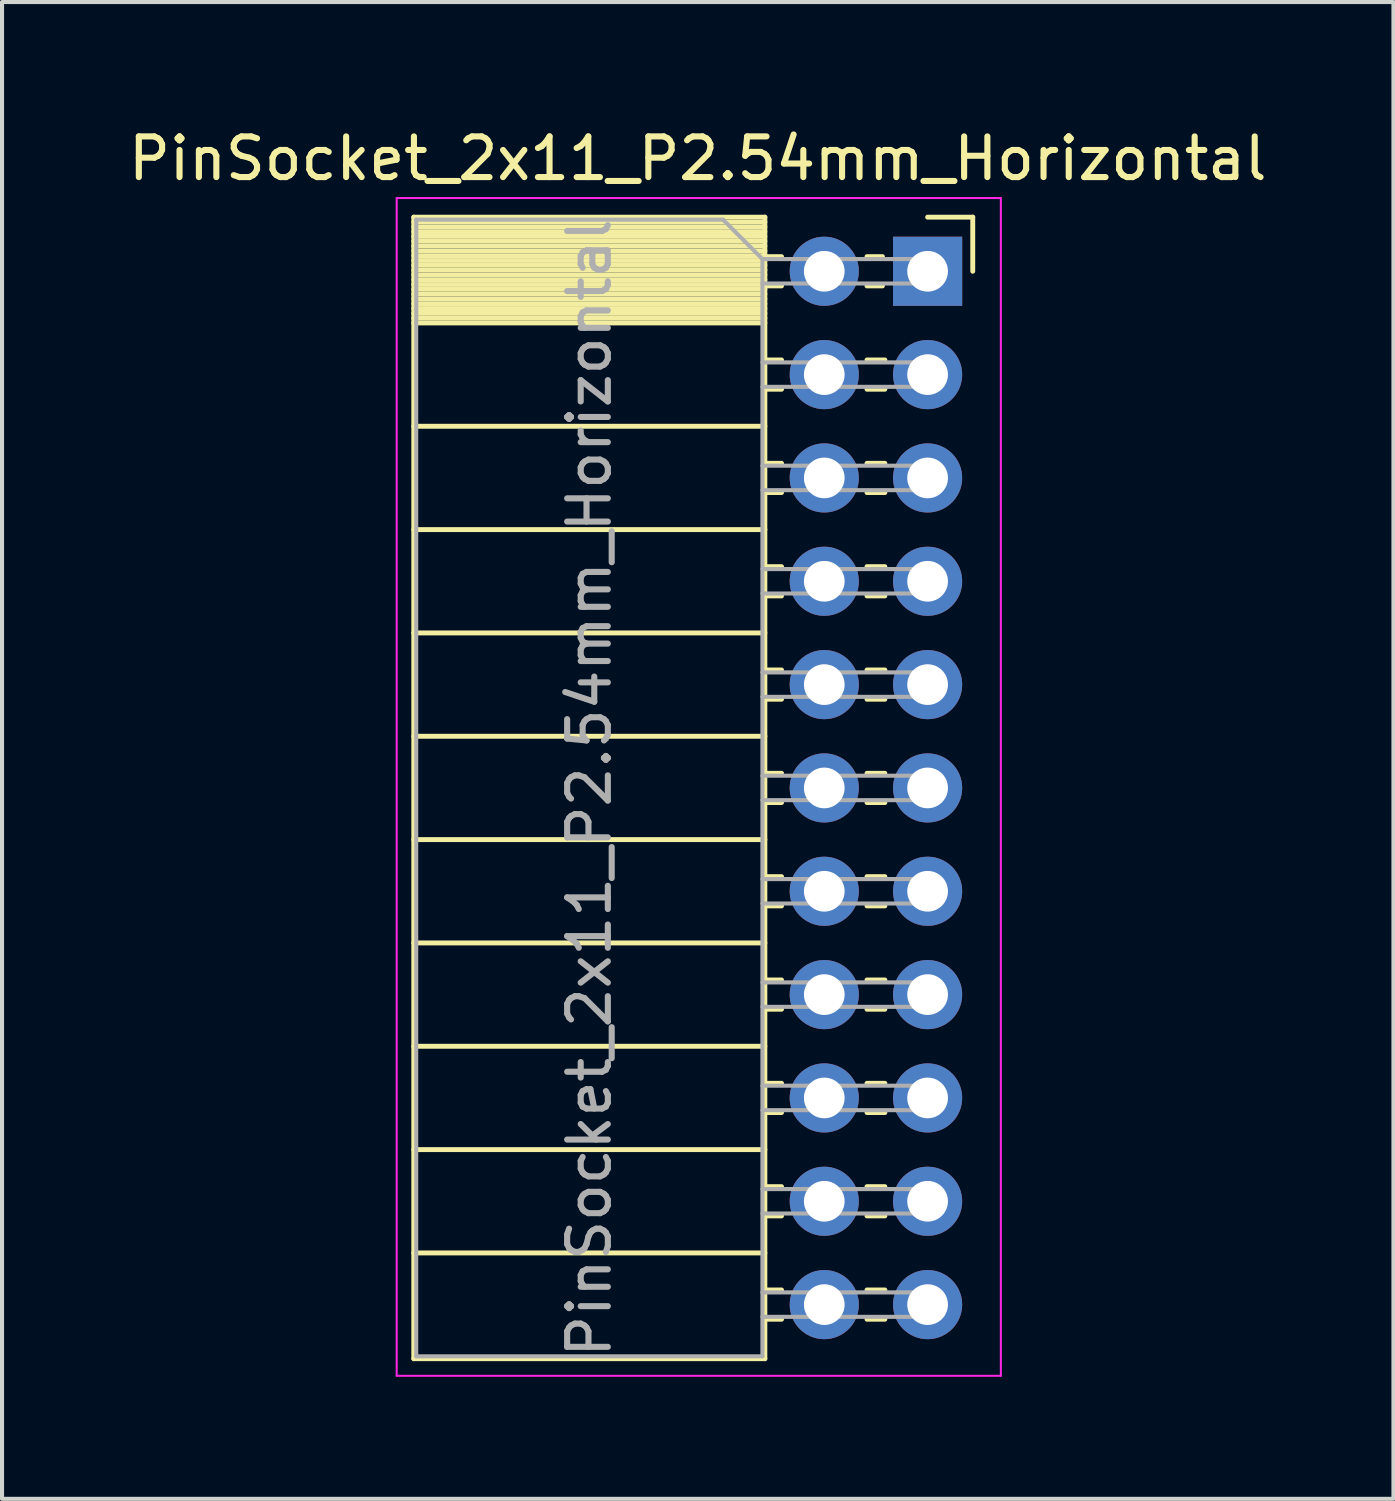
<source format=kicad_pcb>
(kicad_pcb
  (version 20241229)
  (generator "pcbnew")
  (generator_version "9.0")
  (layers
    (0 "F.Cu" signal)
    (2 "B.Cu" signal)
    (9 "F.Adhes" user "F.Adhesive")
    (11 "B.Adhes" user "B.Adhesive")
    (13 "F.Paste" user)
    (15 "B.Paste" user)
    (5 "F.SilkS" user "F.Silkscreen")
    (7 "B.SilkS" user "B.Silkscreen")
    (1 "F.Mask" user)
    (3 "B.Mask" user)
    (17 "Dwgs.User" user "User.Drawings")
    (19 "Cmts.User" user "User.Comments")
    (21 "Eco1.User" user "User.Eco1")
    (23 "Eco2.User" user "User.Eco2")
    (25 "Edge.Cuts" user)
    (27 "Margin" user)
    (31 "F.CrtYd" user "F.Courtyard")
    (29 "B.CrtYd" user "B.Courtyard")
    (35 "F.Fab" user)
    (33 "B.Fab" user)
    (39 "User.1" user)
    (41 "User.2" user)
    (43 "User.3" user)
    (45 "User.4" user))
  (footprint "PinSocket_2x11_P2.54mm_Horizontal"
    (layer "F.Cu")
    (at 19.751 3.618)
    (property "Reference" "PinSocket_2x11_P2.54mm_Horizontal" (at -5.65 -2.77 0) (layer "F.SilkS") (effects (font (size 1 1) (thickness 0.15))))
    (attr through_hole)
    (fp_line (start -12.63 -1.33) (end -12.63 26.73) (stroke (width 0.12) (type solid)) (layer "F.SilkS"))
    (fp_line (start -12.63 -1.33) (end -4 -1.33) (stroke (width 0.12) (type solid)) (layer "F.SilkS"))
    (fp_line (start -12.63 -1.21) (end -4 -1.21) (stroke (width 0.12) (type solid)) (layer "F.SilkS"))
    (fp_line (start -12.63 -1.092) (end -4 -1.092) (stroke (width 0.12) (type solid)) (layer "F.SilkS"))
    (fp_line (start -12.63 -0.974) (end -4 -0.974) (stroke (width 0.12) (type solid)) (layer "F.SilkS"))
    (fp_line (start -12.63 -0.856) (end -4 -0.856) (stroke (width 0.12) (type solid)) (layer "F.SilkS"))
    (fp_line (start -12.63 -0.738) (end -4 -0.738) (stroke (width 0.12) (type solid)) (layer "F.SilkS"))
    (fp_line (start -12.63 -0.62) (end -4 -0.62) (stroke (width 0.12) (type solid)) (layer "F.SilkS"))
    (fp_line (start -12.63 -0.501) (end -4 -0.501) (stroke (width 0.12) (type solid)) (layer "F.SilkS"))
    (fp_line (start -12.63 -0.383) (end -4 -0.383) (stroke (width 0.12) (type solid)) (layer "F.SilkS"))
    (fp_line (start -12.63 -0.265) (end -4 -0.265) (stroke (width 0.12) (type solid)) (layer "F.SilkS"))
    (fp_line (start -12.63 -0.147) (end -4 -0.147) (stroke (width 0.12) (type solid)) (layer "F.SilkS"))
    (fp_line (start -12.63 -0.029) (end -4 -0.029) (stroke (width 0.12) (type solid)) (layer "F.SilkS"))
    (fp_line (start -12.63 0.089) (end -4 0.089) (stroke (width 0.12) (type solid)) (layer "F.SilkS"))
    (fp_line (start -12.63 0.207) (end -4 0.207) (stroke (width 0.12) (type solid)) (layer "F.SilkS"))
    (fp_line (start -12.63 0.325) (end -4 0.325) (stroke (width 0.12) (type solid)) (layer "F.SilkS"))
    (fp_line (start -12.63 0.443) (end -4 0.443) (stroke (width 0.12) (type solid)) (layer "F.SilkS"))
    (fp_line (start -12.63 0.561) (end -4 0.561) (stroke (width 0.12) (type solid)) (layer "F.SilkS"))
    (fp_line (start -12.63 0.68) (end -4 0.68) (stroke (width 0.12) (type solid)) (layer "F.SilkS"))
    (fp_line (start -12.63 0.798) (end -4 0.798) (stroke (width 0.12) (type solid)) (layer "F.SilkS"))
    (fp_line (start -12.63 0.916) (end -4 0.916) (stroke (width 0.12) (type solid)) (layer "F.SilkS"))
    (fp_line (start -12.63 1.034) (end -4 1.034) (stroke (width 0.12) (type solid)) (layer "F.SilkS"))
    (fp_line (start -12.63 1.152) (end -4 1.152) (stroke (width 0.12) (type solid)) (layer "F.SilkS"))
    (fp_line (start -12.63 1.27) (end -4 1.27) (stroke (width 0.12) (type solid)) (layer "F.SilkS"))
    (fp_line (start -12.63 3.81) (end -4 3.81) (stroke (width 0.12) (type solid)) (layer "F.SilkS"))
    (fp_line (start -12.63 6.35) (end -4 6.35) (stroke (width 0.12) (type solid)) (layer "F.SilkS"))
    (fp_line (start -12.63 8.89) (end -4 8.89) (stroke (width 0.12) (type solid)) (layer "F.SilkS"))
    (fp_line (start -12.63 11.43) (end -4 11.43) (stroke (width 0.12) (type solid)) (layer "F.SilkS"))
    (fp_line (start -12.63 13.97) (end -4 13.97) (stroke (width 0.12) (type solid)) (layer "F.SilkS"))
    (fp_line (start -12.63 16.51) (end -4 16.51) (stroke (width 0.12) (type solid)) (layer "F.SilkS"))
    (fp_line (start -12.63 19.05) (end -4 19.05) (stroke (width 0.12) (type solid)) (layer "F.SilkS"))
    (fp_line (start -12.63 21.59) (end -4 21.59) (stroke (width 0.12) (type solid)) (layer "F.SilkS"))
    (fp_line (start -12.63 24.13) (end -4 24.13) (stroke (width 0.12) (type solid)) (layer "F.SilkS"))
    (fp_line (start -12.63 26.73) (end -4 26.73) (stroke (width 0.12) (type solid)) (layer "F.SilkS"))
    (fp_line (start -4 -1.33) (end -4 26.73) (stroke (width 0.12) (type solid)) (layer "F.SilkS"))
    (fp_line (start -4 -0.36) (end -3.59 -0.36) (stroke (width 0.12) (type solid)) (layer "F.SilkS"))
    (fp_line (start -4 0.36) (end -3.59 0.36) (stroke (width 0.12) (type solid)) (layer "F.SilkS"))
    (fp_line (start -4 2.18) (end -3.59 2.18) (stroke (width 0.12) (type solid)) (layer "F.SilkS"))
    (fp_line (start -4 2.9) (end -3.59 2.9) (stroke (width 0.12) (type solid)) (layer "F.SilkS"))
    (fp_line (start -4 4.72) (end -3.59 4.72) (stroke (width 0.12) (type solid)) (layer "F.SilkS"))
    (fp_line (start -4 5.44) (end -3.59 5.44) (stroke (width 0.12) (type solid)) (layer "F.SilkS"))
    (fp_line (start -4 7.26) (end -3.59 7.26) (stroke (width 0.12) (type solid)) (layer "F.SilkS"))
    (fp_line (start -4 7.98) (end -3.59 7.98) (stroke (width 0.12) (type solid)) (layer "F.SilkS"))
    (fp_line (start -4 9.8) (end -3.59 9.8) (stroke (width 0.12) (type solid)) (layer "F.SilkS"))
    (fp_line (start -4 10.52) (end -3.59 10.52) (stroke (width 0.12) (type solid)) (layer "F.SilkS"))
    (fp_line (start -4 12.34) (end -3.59 12.34) (stroke (width 0.12) (type solid)) (layer "F.SilkS"))
    (fp_line (start -4 13.06) (end -3.59 13.06) (stroke (width 0.12) (type solid)) (layer "F.SilkS"))
    (fp_line (start -4 14.88) (end -3.59 14.88) (stroke (width 0.12) (type solid)) (layer "F.SilkS"))
    (fp_line (start -4 15.6) (end -3.59 15.6) (stroke (width 0.12) (type solid)) (layer "F.SilkS"))
    (fp_line (start -4 17.42) (end -3.59 17.42) (stroke (width 0.12) (type solid)) (layer "F.SilkS"))
    (fp_line (start -4 18.14) (end -3.59 18.14) (stroke (width 0.12) (type solid)) (layer "F.SilkS"))
    (fp_line (start -4 19.96) (end -3.59 19.96) (stroke (width 0.12) (type solid)) (layer "F.SilkS"))
    (fp_line (start -4 20.68) (end -3.59 20.68) (stroke (width 0.12) (type solid)) (layer "F.SilkS"))
    (fp_line (start -4 22.5) (end -3.59 22.5) (stroke (width 0.12) (type solid)) (layer "F.SilkS"))
    (fp_line (start -4 23.22) (end -3.59 23.22) (stroke (width 0.12) (type solid)) (layer "F.SilkS"))
    (fp_line (start -4 25.04) (end -3.59 25.04) (stroke (width 0.12) (type solid)) (layer "F.SilkS"))
    (fp_line (start -4 25.76) (end -3.59 25.76) (stroke (width 0.12) (type solid)) (layer "F.SilkS"))
    (fp_line (start -1.49 -0.36) (end -1.11 -0.36) (stroke (width 0.12) (type solid)) (layer "F.SilkS"))
    (fp_line (start -1.49 0.36) (end -1.11 0.36) (stroke (width 0.12) (type solid)) (layer "F.SilkS"))
    (fp_line (start -1.49 2.18) (end -1.05 2.18) (stroke (width 0.12) (type solid)) (layer "F.SilkS"))
    (fp_line (start -1.49 2.9) (end -1.05 2.9) (stroke (width 0.12) (type solid)) (layer "F.SilkS"))
    (fp_line (start -1.49 4.72) (end -1.05 4.72) (stroke (width 0.12) (type solid)) (layer "F.SilkS"))
    (fp_line (start -1.49 5.44) (end -1.05 5.44) (stroke (width 0.12) (type solid)) (layer "F.SilkS"))
    (fp_line (start -1.49 7.26) (end -1.05 7.26) (stroke (width 0.12) (type solid)) (layer "F.SilkS"))
    (fp_line (start -1.49 7.98) (end -1.05 7.98) (stroke (width 0.12) (type solid)) (layer "F.SilkS"))
    (fp_line (start -1.49 9.8) (end -1.05 9.8) (stroke (width 0.12) (type solid)) (layer "F.SilkS"))
    (fp_line (start -1.49 10.52) (end -1.05 10.52) (stroke (width 0.12) (type solid)) (layer "F.SilkS"))
    (fp_line (start -1.49 12.34) (end -1.05 12.34) (stroke (width 0.12) (type solid)) (layer "F.SilkS"))
    (fp_line (start -1.49 13.06) (end -1.05 13.06) (stroke (width 0.12) (type solid)) (layer "F.SilkS"))
    (fp_line (start -1.49 14.88) (end -1.05 14.88) (stroke (width 0.12) (type solid)) (layer "F.SilkS"))
    (fp_line (start -1.49 15.6) (end -1.05 15.6) (stroke (width 0.12) (type solid)) (layer "F.SilkS"))
    (fp_line (start -1.49 17.42) (end -1.05 17.42) (stroke (width 0.12) (type solid)) (layer "F.SilkS"))
    (fp_line (start -1.49 18.14) (end -1.05 18.14) (stroke (width 0.12) (type solid)) (layer "F.SilkS"))
    (fp_line (start -1.49 19.96) (end -1.05 19.96) (stroke (width 0.12) (type solid)) (layer "F.SilkS"))
    (fp_line (start -1.49 20.68) (end -1.05 20.68) (stroke (width 0.12) (type solid)) (layer "F.SilkS"))
    (fp_line (start -1.49 22.5) (end -1.05 22.5) (stroke (width 0.12) (type solid)) (layer "F.SilkS"))
    (fp_line (start -1.49 23.22) (end -1.05 23.22) (stroke (width 0.12) (type solid)) (layer "F.SilkS"))
    (fp_line (start -1.49 25.04) (end -1.05 25.04) (stroke (width 0.12) (type solid)) (layer "F.SilkS"))
    (fp_line (start -1.49 25.76) (end -1.05 25.76) (stroke (width 0.12) (type solid)) (layer "F.SilkS"))
    (fp_line (start 0 -1.33) (end 1.11 -1.33) (stroke (width 0.12) (type solid)) (layer "F.SilkS"))
    (fp_line (start 1.11 -1.33) (end 1.11 0) (stroke (width 0.12) (type solid)) (layer "F.SilkS"))
    (fp_line (start -13.05 -1.8) (end -13.05 27.15) (stroke (width 0.05) (type solid)) (layer "F.CrtYd"))
    (fp_line (start -13.05 27.15) (end 1.8 27.15) (stroke (width 0.05) (type solid)) (layer "F.CrtYd"))
    (fp_line (start 1.8 -1.8) (end -13.05 -1.8) (stroke (width 0.05) (type solid)) (layer "F.CrtYd"))
    (fp_line (start 1.8 27.15) (end 1.8 -1.8) (stroke (width 0.05) (type solid)) (layer "F.CrtYd"))
    (fp_line (start -12.57 -1.27) (end -5.03 -1.27) (stroke (width 0.1) (type solid)) (layer "F.Fab"))
    (fp_line (start -12.57 26.67) (end -12.57 -1.27) (stroke (width 0.1) (type solid)) (layer "F.Fab"))
    (fp_line (start -5.03 -1.27) (end -4.06 -0.3) (stroke (width 0.1) (type solid)) (layer "F.Fab"))
    (fp_line (start -4.06 -0.3) (end -4.06 26.67) (stroke (width 0.1) (type solid)) (layer "F.Fab"))
    (fp_line (start -4.06 0.3) (end 0 0.3) (stroke (width 0.1) (type solid)) (layer "F.Fab"))
    (fp_line (start -4.06 2.84) (end 0 2.84) (stroke (width 0.1) (type solid)) (layer "F.Fab"))
    (fp_line (start -4.06 5.38) (end 0 5.38) (stroke (width 0.1) (type solid)) (layer "F.Fab"))
    (fp_line (start -4.06 7.92) (end 0 7.92) (stroke (width 0.1) (type solid)) (layer "F.Fab"))
    (fp_line (start -4.06 10.46) (end 0 10.46) (stroke (width 0.1) (type solid)) (layer "F.Fab"))
    (fp_line (start -4.06 13) (end 0 13) (stroke (width 0.1) (type solid)) (layer "F.Fab"))
    (fp_line (start -4.06 15.54) (end 0 15.54) (stroke (width 0.1) (type solid)) (layer "F.Fab"))
    (fp_line (start -4.06 18.08) (end 0 18.08) (stroke (width 0.1) (type solid)) (layer "F.Fab"))
    (fp_line (start -4.06 20.62) (end 0 20.62) (stroke (width 0.1) (type solid)) (layer "F.Fab"))
    (fp_line (start -4.06 23.16) (end 0 23.16) (stroke (width 0.1) (type solid)) (layer "F.Fab"))
    (fp_line (start -4.06 25.7) (end 0 25.7) (stroke (width 0.1) (type solid)) (layer "F.Fab"))
    (fp_line (start -4.06 26.67) (end -12.57 26.67) (stroke (width 0.1) (type solid)) (layer "F.Fab"))
    (fp_line (start 0 -0.3) (end -4.06 -0.3) (stroke (width 0.1) (type solid)) (layer "F.Fab"))
    (fp_line (start 0 0.3) (end 0 -0.3) (stroke (width 0.1) (type solid)) (layer "F.Fab"))
    (fp_line (start 0 2.24) (end -4.06 2.24) (stroke (width 0.1) (type solid)) (layer "F.Fab"))
    (fp_line (start 0 2.84) (end 0 2.24) (stroke (width 0.1) (type solid)) (layer "F.Fab"))
    (fp_line (start 0 4.78) (end -4.06 4.78) (stroke (width 0.1) (type solid)) (layer "F.Fab"))
    (fp_line (start 0 5.38) (end 0 4.78) (stroke (width 0.1) (type solid)) (layer "F.Fab"))
    (fp_line (start 0 7.32) (end -4.06 7.32) (stroke (width 0.1) (type solid)) (layer "F.Fab"))
    (fp_line (start 0 7.92) (end 0 7.32) (stroke (width 0.1) (type solid)) (layer "F.Fab"))
    (fp_line (start 0 9.86) (end -4.06 9.86) (stroke (width 0.1) (type solid)) (layer "F.Fab"))
    (fp_line (start 0 10.46) (end 0 9.86) (stroke (width 0.1) (type solid)) (layer "F.Fab"))
    (fp_line (start 0 12.4) (end -4.06 12.4) (stroke (width 0.1) (type solid)) (layer "F.Fab"))
    (fp_line (start 0 13) (end 0 12.4) (stroke (width 0.1) (type solid)) (layer "F.Fab"))
    (fp_line (start 0 14.94) (end -4.06 14.94) (stroke (width 0.1) (type solid)) (layer "F.Fab"))
    (fp_line (start 0 15.54) (end 0 14.94) (stroke (width 0.1) (type solid)) (layer "F.Fab"))
    (fp_line (start 0 17.48) (end -4.06 17.48) (stroke (width 0.1) (type solid)) (layer "F.Fab"))
    (fp_line (start 0 18.08) (end 0 17.48) (stroke (width 0.1) (type solid)) (layer "F.Fab"))
    (fp_line (start 0 20.02) (end -4.06 20.02) (stroke (width 0.1) (type solid)) (layer "F.Fab"))
    (fp_line (start 0 20.62) (end 0 20.02) (stroke (width 0.1) (type solid)) (layer "F.Fab"))
    (fp_line (start 0 22.56) (end -4.06 22.56) (stroke (width 0.1) (type solid)) (layer "F.Fab"))
    (fp_line (start 0 23.16) (end 0 22.56) (stroke (width 0.1) (type solid)) (layer "F.Fab"))
    (fp_line (start 0 25.1) (end -4.06 25.1) (stroke (width 0.1) (type solid)) (layer "F.Fab"))
    (fp_line (start 0 25.7) (end 0 25.1) (stroke (width 0.1) (type solid)) (layer "F.Fab"))
    (fp_text user "${REFERENCE}" (at -8.315 12.7 90) (layer "F.Fab") (effects (font (size 1 1) (thickness 0.15))))
    (pad "1" thru_hole rect (at 0 0) (size 1.7 1.7) (drill 1) (layers "*.Cu" "*.Mask"))
    (pad "2" thru_hole oval (at -2.54 0) (size 1.7 1.7) (drill 1) (layers "*.Cu" "*.Mask"))
    (pad "3" thru_hole oval (at 0 2.54) (size 1.7 1.7) (drill 1) (layers "*.Cu" "*.Mask"))
    (pad "4" thru_hole oval (at -2.54 2.54) (size 1.7 1.7) (drill 1) (layers "*.Cu" "*.Mask"))
    (pad "5" thru_hole oval (at 0 5.08) (size 1.7 1.7) (drill 1) (layers "*.Cu" "*.Mask"))
    (pad "6" thru_hole oval (at -2.54 5.08) (size 1.7 1.7) (drill 1) (layers "*.Cu" "*.Mask"))
    (pad "7" thru_hole oval (at 0 7.62) (size 1.7 1.7) (drill 1) (layers "*.Cu" "*.Mask"))
    (pad "8" thru_hole oval (at -2.54 7.62) (size 1.7 1.7) (drill 1) (layers "*.Cu" "*.Mask"))
    (pad "9" thru_hole oval (at 0 10.16) (size 1.7 1.7) (drill 1) (layers "*.Cu" "*.Mask"))
    (pad "10" thru_hole oval (at -2.54 10.16) (size 1.7 1.7) (drill 1) (layers "*.Cu" "*.Mask"))
    (pad "11" thru_hole oval (at 0 12.7) (size 1.7 1.7) (drill 1) (layers "*.Cu" "*.Mask"))
    (pad "12" thru_hole oval (at -2.54 12.7) (size 1.7 1.7) (drill 1) (layers "*.Cu" "*.Mask"))
    (pad "13" thru_hole oval (at 0 15.24) (size 1.7 1.7) (drill 1) (layers "*.Cu" "*.Mask"))
    (pad "14" thru_hole oval (at -2.54 15.24) (size 1.7 1.7) (drill 1) (layers "*.Cu" "*.Mask"))
    (pad "15" thru_hole oval (at 0 17.78) (size 1.7 1.7) (drill 1) (layers "*.Cu" "*.Mask"))
    (pad "16" thru_hole oval (at -2.54 17.78) (size 1.7 1.7) (drill 1) (layers "*.Cu" "*.Mask"))
    (pad "17" thru_hole oval (at 0 20.32) (size 1.7 1.7) (drill 1) (layers "*.Cu" "*.Mask"))
    (pad "18" thru_hole oval (at -2.54 20.32) (size 1.7 1.7) (drill 1) (layers "*.Cu" "*.Mask"))
    (pad "19" thru_hole oval (at 0 22.86) (size 1.7 1.7) (drill 1) (layers "*.Cu" "*.Mask"))
    (pad "20" thru_hole oval (at -2.54 22.86) (size 1.7 1.7) (drill 1) (layers "*.Cu" "*.Mask"))
    (pad "21" thru_hole oval (at 0 25.4) (size 1.7 1.7) (drill 1) (layers "*.Cu" "*.Mask"))
    (pad "22" thru_hole oval (at -2.54 25.4) (size 1.7 1.7) (drill 1) (layers "*.Cu" "*.Mask")))
  (gr_rect
    (start -3 -3)
    (end 31.202 33.793)
    (stroke (width 0.1) (type default))
    (fill no)
    (layer "Edge.Cuts")))
</source>
